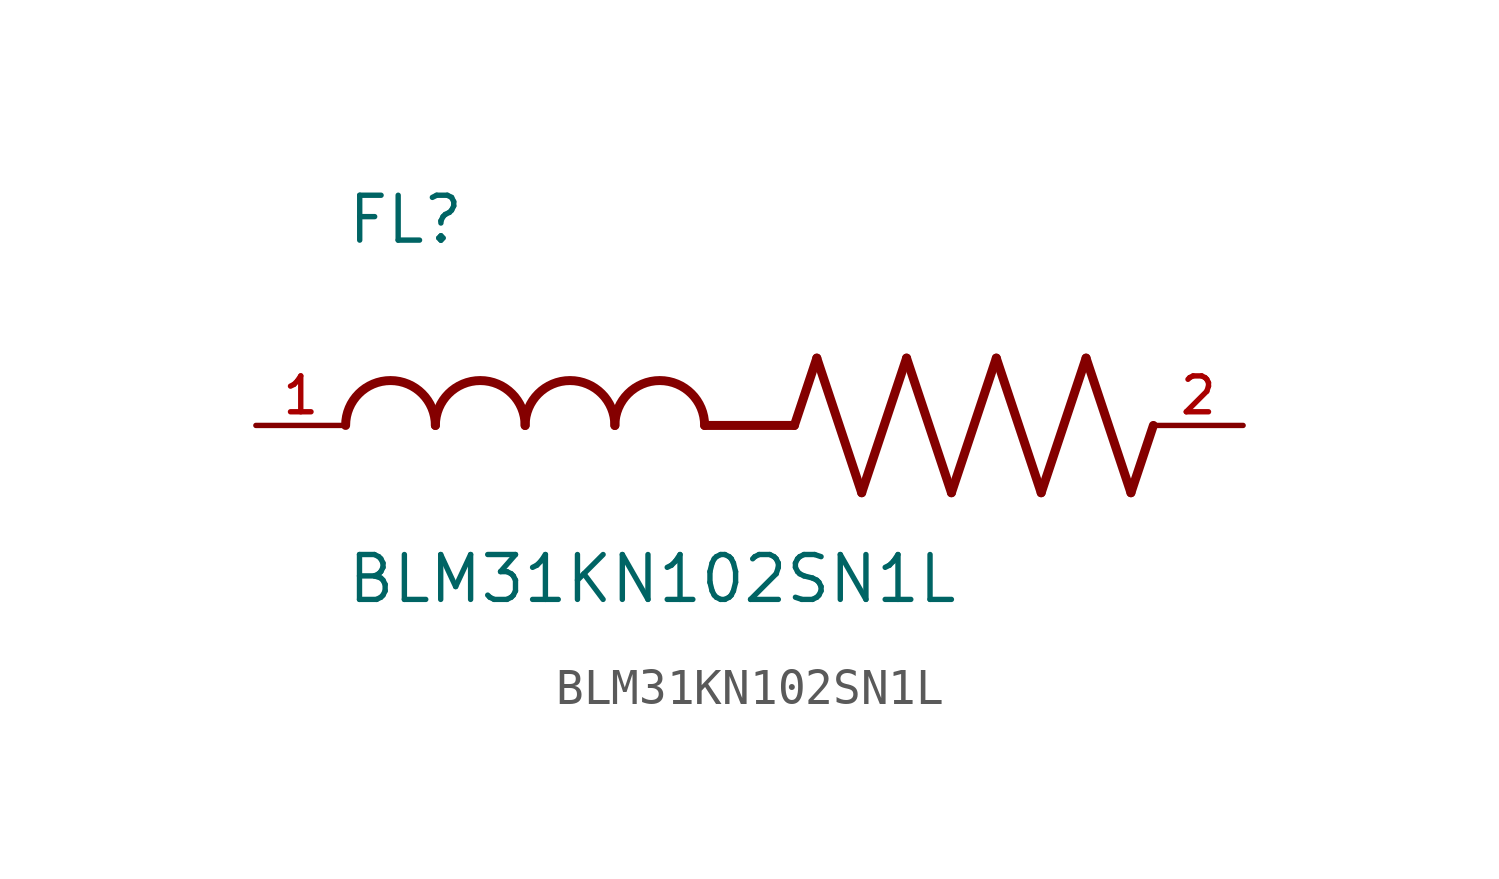
<source format=kicad_sym>
(kicad_symbol_lib
  (version 20211014)
  (generator kicad_symbol_editor)
  (symbol "BLM31KN102SN1L"
    (pin_names
      (offset 1.016))
    (property "Reference" "FL"
      (at -12.704 5.081 0)
      (effects (font (size 1.27 1.27)) (justify bottom left)))
    (property "Value" "BLM31KN102SN1L"
      (at -12.71 -5.087 0)
      (effects (font (size 1.27 1.27)) (justify bottom left)))
    (symbol "BLM31KN102SN1L_0_0"
      (polyline (pts (xy 0.0 0.0) (xy 0.635 1.905)) (stroke (width 0.254)))
      (polyline (pts (xy 0.635 1.905) (xy 1.905 -1.905)) (stroke (width 0.254)))
      (polyline (pts (xy 1.905 -1.905) (xy 3.175 1.905)) (stroke (width 0.254)))
      (polyline (pts (xy 3.175 1.905) (xy 4.445 -1.905)) (stroke (width 0.254)))
      (polyline (pts (xy 4.445 -1.905) (xy 5.715 1.905)) (stroke (width 0.254)))
      (polyline (pts (xy 5.715 1.905) (xy 6.985 -1.905)) (stroke (width 0.254)))
      (polyline (pts (xy 6.985 -1.905) (xy 8.255 1.905)) (stroke (width 0.254)))
      (polyline (pts (xy 8.255 1.905) (xy 9.525 -1.905)) (stroke (width 0.254)))
      (polyline (pts (xy 9.525 -1.905) (xy 10.16 0.0)) (stroke (width 0.254)))
      (arc (start -10.16 0.0) (mid -11.43 1.27) (end -12.7 0.0) (stroke (width 0.254) (type default) (color 0 0 0 0)) (fill (type none)))
      (arc (start -7.62 0.0) (mid -8.89 1.27) (end -10.16 0.0) (stroke (width 0.254) (type default) (color 0 0 0 0)) (fill (type none)))
      (arc (start -5.08 0.0) (mid -6.35 1.27) (end -7.62 0.0) (stroke (width 0.254) (type default) (color 0 0 0 0)) (fill (type none)))
      (arc (start -2.54 0.0) (mid -3.81 1.27) (end -5.08 0.0) (stroke (width 0.254) (type default) (color 0 0 0 0)) (fill (type none)))
      (polyline (pts (xy 0.0 0.0) (xy -2.54 0.0)) (stroke (width 0.254)))
      (pin passive line (at 12.7 0.0 180.0) (length 2.54) (name "~" (effects (font (size 1.016 1.016)))) (number "2" (effects (font (size 1.016 1.016)))))
      (pin passive line (at -15.24 0.0 0) (length 2.54) (name "~" (effects (font (size 1.016 1.016)))) (number "1" (effects (font (size 1.016 1.016))))))))
</source>
